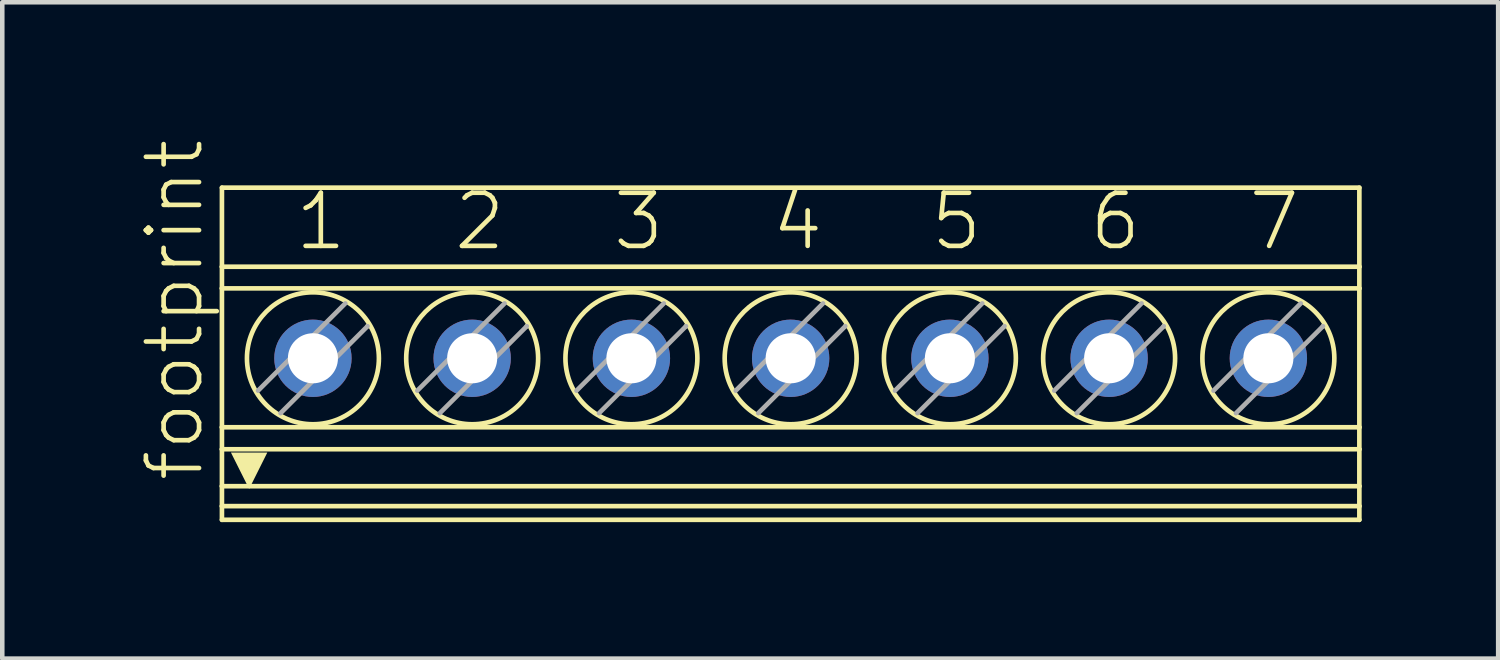
<source format=kicad_pcb>
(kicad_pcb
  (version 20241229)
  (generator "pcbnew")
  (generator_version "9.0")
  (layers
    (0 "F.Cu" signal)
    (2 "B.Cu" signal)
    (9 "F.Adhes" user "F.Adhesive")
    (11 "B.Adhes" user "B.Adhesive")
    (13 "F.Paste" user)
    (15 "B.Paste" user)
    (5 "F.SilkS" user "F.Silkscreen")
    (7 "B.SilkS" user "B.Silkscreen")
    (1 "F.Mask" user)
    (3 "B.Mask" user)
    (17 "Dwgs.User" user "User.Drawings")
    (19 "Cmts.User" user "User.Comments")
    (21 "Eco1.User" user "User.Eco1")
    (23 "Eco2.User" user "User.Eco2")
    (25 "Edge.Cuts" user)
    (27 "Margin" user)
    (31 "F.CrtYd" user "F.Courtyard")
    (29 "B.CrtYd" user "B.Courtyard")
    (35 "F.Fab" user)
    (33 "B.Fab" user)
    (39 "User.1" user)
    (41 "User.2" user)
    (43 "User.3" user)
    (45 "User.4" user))
  (footprint "footprint"
    (layer "F.Cu")
    (at 14.328 4.725)
    (property "Reference" "footprint" (at -12.855 2.857 90) (layer "F.SilkS") (effects (font (size 1.168 1.168) (thickness 0.102)) (justify left bottom)))
    (fp_line (start -12.5 -3.65) (end -12.5 -1.912) (stroke (width 0.102) (type solid)) (layer "F.SilkS"))
    (fp_line (start -12.5 -3.65) (end 12.5 -3.65) (stroke (width 0.102) (type solid)) (layer "F.SilkS"))
    (fp_line (start -12.5 -1.912) (end -12.5 -1.437) (stroke (width 0.102) (type solid)) (layer "F.SilkS"))
    (fp_line (start -12.5 -1.912) (end 12.5 -1.912) (stroke (width 0.102) (type solid)) (layer "F.SilkS"))
    (fp_line (start -12.5 1.616) (end -12.5 -1.437) (stroke (width 0.102) (type solid)) (layer "F.SilkS"))
    (fp_line (start -12.5 1.616) (end -12.5 2.099) (stroke (width 0.102) (type solid)) (layer "F.SilkS"))
    (fp_line (start -12.5 1.616) (end 12.5 1.616) (stroke (width 0.102) (type solid)) (layer "F.SilkS"))
    (fp_line (start -12.5 2.099) (end -12.5 2.911) (stroke (width 0.102) (type solid)) (layer "F.SilkS"))
    (fp_line (start -12.5 2.911) (end -12.5 3.35) (stroke (width 0.102) (type solid)) (layer "F.SilkS"))
    (fp_line (start -12.5 3.35) (end -12.5 3.65) (stroke (width 0.102) (type solid)) (layer "F.SilkS"))
    (fp_line (start -12.5 3.35) (end 12.5 3.35) (stroke (width 0.102) (type solid)) (layer "F.SilkS"))
    (fp_line (start -12.5 3.65) (end 12.5 3.65) (stroke (width 0.102) (type solid)) (layer "F.SilkS"))
    (fp_line (start -9.294 -0.611) (end -9.3 -0.605) (stroke (width 0.102) (type solid)) (layer "F.SilkS"))
    (fp_line (start -5.794 -0.611) (end -5.8 -0.605) (stroke (width 0.102) (type solid)) (layer "F.SilkS"))
    (fp_line (start -2.294 -0.611) (end -2.3 -0.605) (stroke (width 0.102) (type solid)) (layer "F.SilkS"))
    (fp_line (start 1.206 -0.611) (end 1.2 -0.605) (stroke (width 0.102) (type solid)) (layer "F.SilkS"))
    (fp_line (start 4.706 -0.611) (end 4.7 -0.605) (stroke (width 0.102) (type solid)) (layer "F.SilkS"))
    (fp_line (start 8.206 -0.611) (end 8.2 -0.605) (stroke (width 0.102) (type solid)) (layer "F.SilkS"))
    (fp_line (start 11.706 -0.611) (end 11.7 -0.605) (stroke (width 0.102) (type solid)) (layer "F.SilkS"))
    (fp_line (start 12.5 -3.65) (end 12.5 -1.912) (stroke (width 0.102) (type solid)) (layer "F.SilkS"))
    (fp_line (start 12.5 -1.437) (end -12.5 -1.437) (stroke (width 0.102) (type solid)) (layer "F.SilkS"))
    (fp_line (start 12.5 -1.437) (end 12.5 -1.912) (stroke (width 0.102) (type solid)) (layer "F.SilkS"))
    (fp_line (start 12.5 1.616) (end 12.5 -1.437) (stroke (width 0.102) (type solid)) (layer "F.SilkS"))
    (fp_line (start 12.5 1.616) (end 12.5 2.099) (stroke (width 0.102) (type solid)) (layer "F.SilkS"))
    (fp_line (start 12.5 2.099) (end -12.5 2.099) (stroke (width 0.102) (type solid)) (layer "F.SilkS"))
    (fp_line (start 12.5 2.099) (end 12.5 2.911) (stroke (width 0.102) (type solid)) (layer "F.SilkS"))
    (fp_line (start 12.5 2.911) (end -12.5 2.911) (stroke (width 0.102) (type solid)) (layer "F.SilkS"))
    (fp_line (start 12.5 2.911) (end 12.5 3.35) (stroke (width 0.102) (type solid)) (layer "F.SilkS"))
    (fp_line (start 12.5 3.35) (end 12.5 3.65) (stroke (width 0.102) (type solid)) (layer "F.SilkS"))
    (fp_circle (center -10.5 0.1) (end -9.05 0.1) (stroke (width 0.102) (type solid)) (fill no) (layer "F.SilkS"))
    (fp_circle (center -7 0.1) (end -5.55 0.1) (stroke (width 0.102) (type solid)) (fill no) (layer "F.SilkS"))
    (fp_circle (center -3.5 0.1) (end -2.05 0.1) (stroke (width 0.102) (type solid)) (fill no) (layer "F.SilkS"))
    (fp_circle (center 0 0.1) (end 1.45 0.1) (stroke (width 0.102) (type solid)) (fill no) (layer "F.SilkS"))
    (fp_circle (center 3.5 0.1) (end 4.95 0.1) (stroke (width 0.102) (type solid)) (fill no) (layer "F.SilkS"))
    (fp_circle (center 7 0.1) (end 8.45 0.1) (stroke (width 0.102) (type solid)) (fill no) (layer "F.SilkS"))
    (fp_circle (center 10.5 0.1) (end 11.95 0.1) (stroke (width 0.102) (type solid)) (fill no) (layer "F.SilkS"))
    (fp_poly (pts (xy -11.902 2.971) (xy -12.302 2.172) (xy -11.503 2.172)) (stroke (width 0) (type solid)) (fill yes) (layer "F.SilkS"))
    (fp_line (start -11.706 0.811) (end -9.789 -1.106) (stroke (width 0.102) (type solid)) (layer "F.Fab"))
    (fp_line (start -9.3 -0.605) (end -11.211 1.306) (stroke (width 0.102) (type solid)) (layer "F.Fab"))
    (fp_line (start -8.206 0.811) (end -6.289 -1.106) (stroke (width 0.102) (type solid)) (layer "F.Fab"))
    (fp_line (start -5.8 -0.605) (end -7.711 1.306) (stroke (width 0.102) (type solid)) (layer "F.Fab"))
    (fp_line (start -4.706 0.811) (end -2.789 -1.106) (stroke (width 0.102) (type solid)) (layer "F.Fab"))
    (fp_line (start -2.3 -0.605) (end -4.211 1.306) (stroke (width 0.102) (type solid)) (layer "F.Fab"))
    (fp_line (start -1.206 0.811) (end 0.711 -1.106) (stroke (width 0.102) (type solid)) (layer "F.Fab"))
    (fp_line (start 1.2 -0.605) (end -0.711 1.306) (stroke (width 0.102) (type solid)) (layer "F.Fab"))
    (fp_line (start 2.294 0.811) (end 4.211 -1.106) (stroke (width 0.102) (type solid)) (layer "F.Fab"))
    (fp_line (start 4.7 -0.605) (end 2.789 1.306) (stroke (width 0.102) (type solid)) (layer "F.Fab"))
    (fp_line (start 5.794 0.811) (end 7.711 -1.106) (stroke (width 0.102) (type solid)) (layer "F.Fab"))
    (fp_line (start 8.2 -0.605) (end 6.289 1.306) (stroke (width 0.102) (type solid)) (layer "F.Fab"))
    (fp_line (start 9.294 0.811) (end 11.211 -1.106) (stroke (width 0.102) (type solid)) (layer "F.Fab"))
    (fp_line (start 11.7 -0.605) (end 9.789 1.306) (stroke (width 0.102) (type solid)) (layer "F.Fab"))
    (fp_text user "7" (at 10.005 -2.223 0) (layer "F.SilkS") (effects (font (size 1.168 1.168) (thickness 0.102)) (justify left bottom)))
    (fp_text user "1" (at -10.95 -2.223 0) (layer "F.SilkS") (effects (font (size 1.168 1.168) (thickness 0.102)) (justify left bottom)))
    (fp_text user "3" (at -3.965 -2.223 0) (layer "F.SilkS") (effects (font (size 1.168 1.168) (thickness 0.102)) (justify left bottom)))
    (fp_text user "6" (at 6.513 -2.223 0) (layer "F.SilkS") (effects (font (size 1.168 1.168) (thickness 0.102)) (justify left bottom)))
    (fp_text user "5" (at 3.02 -2.223 0) (layer "F.SilkS") (effects (font (size 1.168 1.168) (thickness 0.102)) (justify left bottom)))
    (fp_text user "2" (at -7.457 -2.223 0) (layer "F.SilkS") (effects (font (size 1.168 1.168) (thickness 0.102)) (justify left bottom)))
    (fp_text user "4" (at -0.472 -2.223 0) (layer "F.SilkS") (effects (font (size 1.168 1.168) (thickness 0.102)) (justify left bottom)))
    (pad "1" thru_hole circle (at -10.5 0.1 90) (size 1.7 1.7) (drill 1.1) (layers "*.Cu" "*.Mask"))
    (pad "2" thru_hole circle (at -7 0.1 90) (size 1.7 1.7) (drill 1.1) (layers "*.Cu" "*.Mask"))
    (pad "3" thru_hole circle (at -3.5 0.1 90) (size 1.7 1.7) (drill 1.1) (layers "*.Cu" "*.Mask"))
    (pad "4" thru_hole circle (at 0 0.1 90) (size 1.7 1.7) (drill 1.1) (layers "*.Cu" "*.Mask"))
    (pad "5" thru_hole circle (at 3.5 0.1 90) (size 1.7 1.7) (drill 1.1) (layers "*.Cu" "*.Mask"))
    (pad "6" thru_hole circle (at 7 0.1 90) (size 1.7 1.7) (drill 1.1) (layers "*.Cu" "*.Mask"))
    (pad "7" thru_hole circle (at 10.5 0.1 90) (size 1.7 1.7) (drill 1.1) (layers "*.Cu" "*.Mask")))
  (gr_rect
    (start -3 -3)
    (end 29.879 11.426)
    (stroke (width 0.1) (type default))
    (fill no)
    (layer "Edge.Cuts")))
</source>
